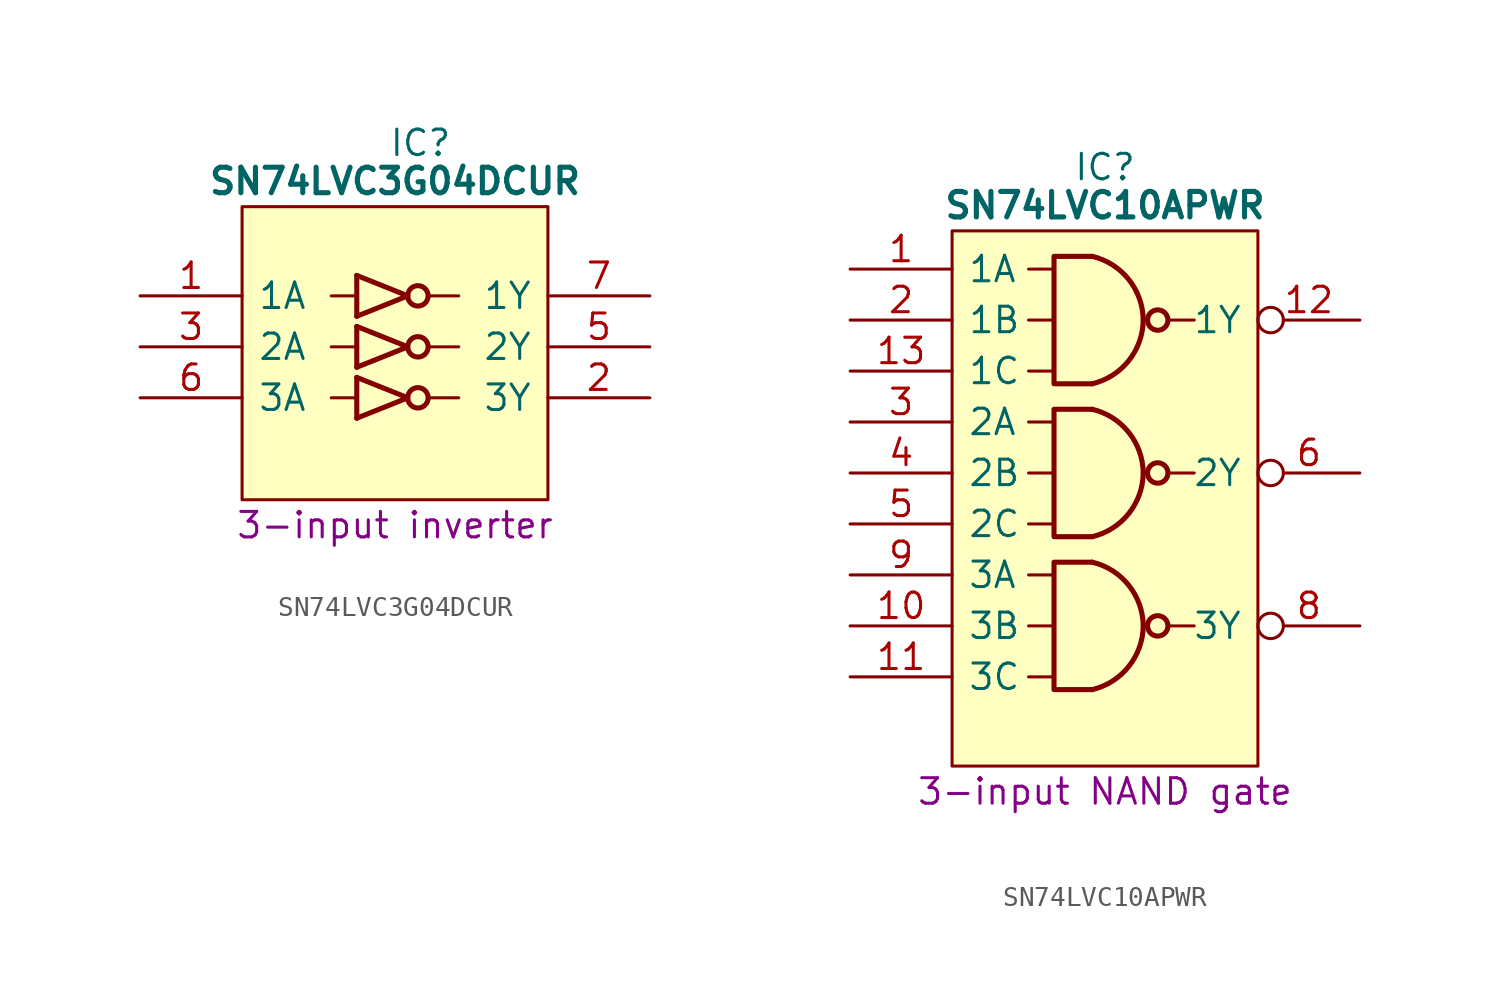
<source format=kicad_sym>
(kicad_symbol_lib
  (version 20241209)
  (generator "kicad_symbol_editor")
  (generator_version "9.0")
  (symbol "SN74LVC3G04DCUR"
    (pin_names
      (offset 0.762))
    (property "Reference" "IC"
      (at 13.97 7.62 0)
      (effects (font (size 1.27 1.27))))
    (property "Value" "SN74LVC3G04DCUR"
      (at 12.7 5.715 0)
      (effects (font (size 1.27 1.27) (bold yes))))
    (property "Description" "3-input inverter"
      (at 12.7 -11.43 0)
      (effects (font (size 1.27 1.27))))
    (symbol "SN74LVC3G04DCUR_0_0"
      (pin input line (at 0 0 0) (length 5.08) (name "1A" (effects (font (size 1.27 1.27)))) (number "1" (effects (font (size 1.27 1.27)))))
      (pin input line (at 0 -2.54 0) (length 5.08) (name "2A" (effects (font (size 1.27 1.27)))) (number "3" (effects (font (size 1.27 1.27)))))
      (pin input line (at 0 -5.08 0) (length 5.08) (name "3A" (effects (font (size 1.27 1.27)))) (number "6" (effects (font (size 1.27 1.27)))))
      (pin output line (at 25.4 -2.54 180) (length 5.08) (name "2Y" (effects (font (size 1.27 1.27)))) (number "5" (effects (font (size 1.27 1.27)))))
      (pin output line (at 25.4 -5.08 180) (length 5.08) (name "3Y" (effects (font (size 1.27 1.27)))) (number "2" (effects (font (size 1.27 1.27))))))
    (symbol "SN74LVC3G04DCUR_0_1"
      (polyline (pts (xy 5.08 4.445) (xy 20.32 4.445) (xy 20.32 -10.16) (xy 5.08 -10.16) (xy 5.08 4.445)) (stroke (width 0.152) (type default)) (fill (type background)))
      (polyline (pts (xy 9.525 0) (xy 10.795 0)) (stroke (width 0) (type default)) (fill (type none)))
      (polyline (pts (xy 9.525 -2.54) (xy 10.795 -2.54)) (stroke (width 0) (type default)) (fill (type none)))
      (polyline (pts (xy 9.525 -5.08) (xy 10.795 -5.08)) (stroke (width 0) (type default)) (fill (type none)))
      (rectangle (start 10.795 1.016) (end 10.795 -1.016) (stroke (width 0.254) (type default)) (fill (type background)))
      (polyline (pts (xy 10.795 -1.016) (xy 13.335 0) (xy 10.795 1.016)) (stroke (width 0.254) (type default)) (fill (type none)))
      (rectangle (start 10.795 -1.524) (end 10.795 -3.556) (stroke (width 0.254) (type default)) (fill (type background)))
      (polyline (pts (xy 10.795 -3.556) (xy 13.335 -2.54) (xy 10.795 -1.524)) (stroke (width 0.254) (type default)) (fill (type none)))
      (rectangle (start 10.795 -4.064) (end 10.795 -6.096) (stroke (width 0.254) (type default)) (fill (type background)))
      (polyline (pts (xy 10.795 -6.096) (xy 13.335 -5.08) (xy 10.795 -4.064)) (stroke (width 0.254) (type default)) (fill (type none)))
      (circle (center 13.843 0) (radius 0.508) (stroke (width 0.254) (type default)) (fill (type none)))
      (circle (center 13.843 -2.54) (radius 0.508) (stroke (width 0.254) (type default)) (fill (type none)))
      (circle (center 13.843 -5.08) (radius 0.508) (stroke (width 0.254) (type default)) (fill (type none)))
      (polyline (pts (xy 14.351 0) (xy 15.875 0)) (stroke (width 0) (type default)) (fill (type none)))
      (polyline (pts (xy 14.351 -2.54) (xy 15.875 -2.54)) (stroke (width 0) (type default)) (fill (type none)))
      (polyline (pts (xy 14.351 -5.08) (xy 15.875 -5.08)) (stroke (width 0) (type default)) (fill (type none))))
    (symbol "SN74LVC3G04DCUR_1_0"
      (pin passive line (at 0 -7.62 0) (length 5.08) (hide yes) (name "GND" (effects (font (size 1.27 1.27)))) (number "4" (effects (font (size 1.27 1.27)))))
      (pin passive line (at 25.4 2.54 180) (length 5.08) (hide yes) (name "3V" (effects (font (size 1.27 1.27)))) (number "8" (effects (font (size 1.27 1.27)))))
      (pin output line (at 25.4 0 180) (length 5.08) (name "1Y" (effects (font (size 1.27 1.27)))) (number "7" (effects (font (size 1.27 1.27)))))))
  (symbol "SN74LVC10APWR"
    (pin_names
      (offset 0.762))
    (property "Reference" "IC"
      (at 12.7 5.08 0)
      (effects (font (size 1.27 1.27))))
    (property "Value" "SN74LVC10APWR"
      (at 12.7 3.175 0)
      (effects (font (size 1.27 1.27) (bold yes))))
    (property "Description" "3-input NAND gate"
      (at 12.7 -26.035 0)
      (effects (font (size 1.27 1.27))))
    (symbol "SN74LVC10APWR_0_0"
      (pin input line (at 0 0 0) (length 5.08) (name "1A" (effects (font (size 1.27 1.27)))) (number "1" (effects (font (size 1.27 1.27)))))
      (pin input line (at 0 -2.54 0) (length 5.08) (name "1B" (effects (font (size 1.27 1.27)))) (number "2" (effects (font (size 1.27 1.27)))))
      (pin input line (at 0 -5.08 0) (length 5.08) (name "1C" (effects (font (size 1.27 1.27)))) (number "13" (effects (font (size 1.27 1.27)))))
      (pin input line (at 0 -7.62 0) (length 5.08) (name "2A" (effects (font (size 1.27 1.27)))) (number "3" (effects (font (size 1.27 1.27)))))
      (pin input line (at 0 -10.16 0) (length 5.08) (name "2B" (effects (font (size 1.27 1.27)))) (number "4" (effects (font (size 1.27 1.27)))))
      (pin input line (at 0 -12.7 0) (length 5.08) (name "2C" (effects (font (size 1.27 1.27)))) (number "5" (effects (font (size 1.27 1.27)))))
      (pin input line (at 0 -15.24 0) (length 5.08) (name "3A" (effects (font (size 1.27 1.27)))) (number "9" (effects (font (size 1.27 1.27)))))
      (pin input line (at 0 -17.78 0) (length 5.08) (name "3B" (effects (font (size 1.27 1.27)))) (number "10" (effects (font (size 1.27 1.27)))))
      (pin input line (at 0 -20.32 0) (length 5.08) (name "3C" (effects (font (size 1.27 1.27)))) (number "11" (effects (font (size 1.27 1.27))))))
    (symbol "SN74LVC10APWR_0_1"
      (polyline (pts (xy 5.08 1.905) (xy 20.32 1.905) (xy 20.32 -24.765) (xy 5.08 -24.765) (xy 5.08 1.905)) (stroke (width 0.152) (type default)) (fill (type background)))
      (polyline (pts (xy 8.89 0) (xy 10.16 0)) (stroke (width 0) (type default)) (fill (type none)))
      (polyline (pts (xy 8.89 -2.54) (xy 10.16 -2.54)) (stroke (width 0) (type default)) (fill (type none)))
      (polyline (pts (xy 8.89 -5.08) (xy 10.16 -5.08)) (stroke (width 0) (type default)) (fill (type none)))
      (polyline (pts (xy 8.89 -7.62) (xy 10.16 -7.62)) (stroke (width 0) (type default)) (fill (type none)))
      (polyline (pts (xy 8.89 -10.16) (xy 10.16 -10.16)) (stroke (width 0) (type default)) (fill (type none)))
      (polyline (pts (xy 8.89 -12.7) (xy 10.16 -12.7)) (stroke (width 0) (type default)) (fill (type none)))
      (polyline (pts (xy 8.89 -15.24) (xy 10.16 -15.24)) (stroke (width 0) (type default)) (fill (type none)))
      (polyline (pts (xy 8.89 -17.78) (xy 10.16 -17.78)) (stroke (width 0) (type default)) (fill (type none)))
      (polyline (pts (xy 8.89 -20.32) (xy 10.16 -20.32)) (stroke (width 0) (type default)) (fill (type none)))
      (polyline (pts (xy 10.16 0.635) (xy 10.16 -5.715)) (stroke (width 0.254) (type default)) (fill (type background)))
      (polyline (pts (xy 10.16 -6.985) (xy 10.16 -13.335)) (stroke (width 0.254) (type default)) (fill (type background)))
      (polyline (pts (xy 10.16 -14.605) (xy 10.16 -20.955)) (stroke (width 0.254) (type default)) (fill (type background)))
      (arc (start 14.605 -2.54) (mid 13.8812 -4.5645) (end 12.065 -5.715) (stroke (width 0.254) (type default)) (fill (type none)))
      (arc (start 14.605 -10.16) (mid 13.8812 -12.1845) (end 12.065 -13.335) (stroke (width 0.254) (type default)) (fill (type none)))
      (arc (start 14.605 -17.78) (mid 13.8812 -19.8045) (end 12.065 -20.955) (stroke (width 0.254) (type default)) (fill (type none)))
      (arc (start 12.065 -6.985) (mid 13.8818 -8.1349) (end 14.605 -10.16) (stroke (width 0.254) (type default)) (fill (type none)))
      (arc (start 12.065 -14.605) (mid 13.8818 -15.7549) (end 14.605 -17.78) (stroke (width 0.254) (type default)) (fill (type none)))
      (arc (start 12.065 0.635) (mid 13.8823 -0.5147) (end 14.605 -2.54) (stroke (width 0.254) (type default)) (fill (type none)))
      (polyline (pts (xy 12.065 0.635) (xy 10.248 0.635)) (stroke (width 0.254) (type default)) (fill (type background)))
      (polyline (pts (xy 12.065 -5.715) (xy 10.248 -5.715)) (stroke (width 0.254) (type default)) (fill (type background)))
      (polyline (pts (xy 12.065 -6.985) (xy 10.248 -6.985)) (stroke (width 0.254) (type default)) (fill (type background)))
      (polyline (pts (xy 12.065 -13.335) (xy 10.248 -13.335)) (stroke (width 0.254) (type default)) (fill (type background)))
      (polyline (pts (xy 12.065 -14.605) (xy 10.248 -14.605)) (stroke (width 0.254) (type default)) (fill (type background)))
      (polyline (pts (xy 12.065 -20.955) (xy 10.248 -20.955)) (stroke (width 0.254) (type default)) (fill (type background)))
      (circle (center 15.328 -2.54) (radius 0.508) (stroke (width 0.254) (type default)) (fill (type none)))
      (circle (center 15.328 -10.16) (radius 0.508) (stroke (width 0.254) (type default)) (fill (type none)))
      (circle (center 15.328 -17.78) (radius 0.508) (stroke (width 0.254) (type default)) (fill (type none)))
      (polyline (pts (xy 15.963 -2.54) (xy 17.145 -2.54)) (stroke (width 0) (type default)) (fill (type none)))
      (polyline (pts (xy 15.963 -10.16) (xy 17.145 -10.16)) (stroke (width 0) (type default)) (fill (type none)))
      (polyline (pts (xy 15.963 -17.78) (xy 17.145 -17.78)) (stroke (width 0) (type default)) (fill (type none))))
    (symbol "SN74LVC10APWR_1_0"
      (pin passive line (at 0 -22.86 0) (length 5.08) (hide yes) (name "GND" (effects (font (size 1.27 1.27)))) (number "7" (effects (font (size 1.27 1.27)))))
      (pin passive line (at 25.4 0 180) (length 5.08) (hide yes) (name "3V" (effects (font (size 1.27 1.27)))) (number "14" (effects (font (size 1.27 1.27)))))
      (pin output inverted (at 25.4 -2.54 180) (length 5.08) (name "1Y" (effects (font (size 1.27 1.27)))) (number "12" (effects (font (size 1.27 1.27)))))
      (pin output inverted (at 25.4 -10.16 180) (length 5.08) (name "2Y" (effects (font (size 1.27 1.27)))) (number "6" (effects (font (size 1.27 1.27)))))
      (pin output inverted (at 25.4 -17.78 180) (length 5.08) (name "3Y" (effects (font (size 1.27 1.27)))) (number "8" (effects (font (size 1.27 1.27))))))))
</source>
